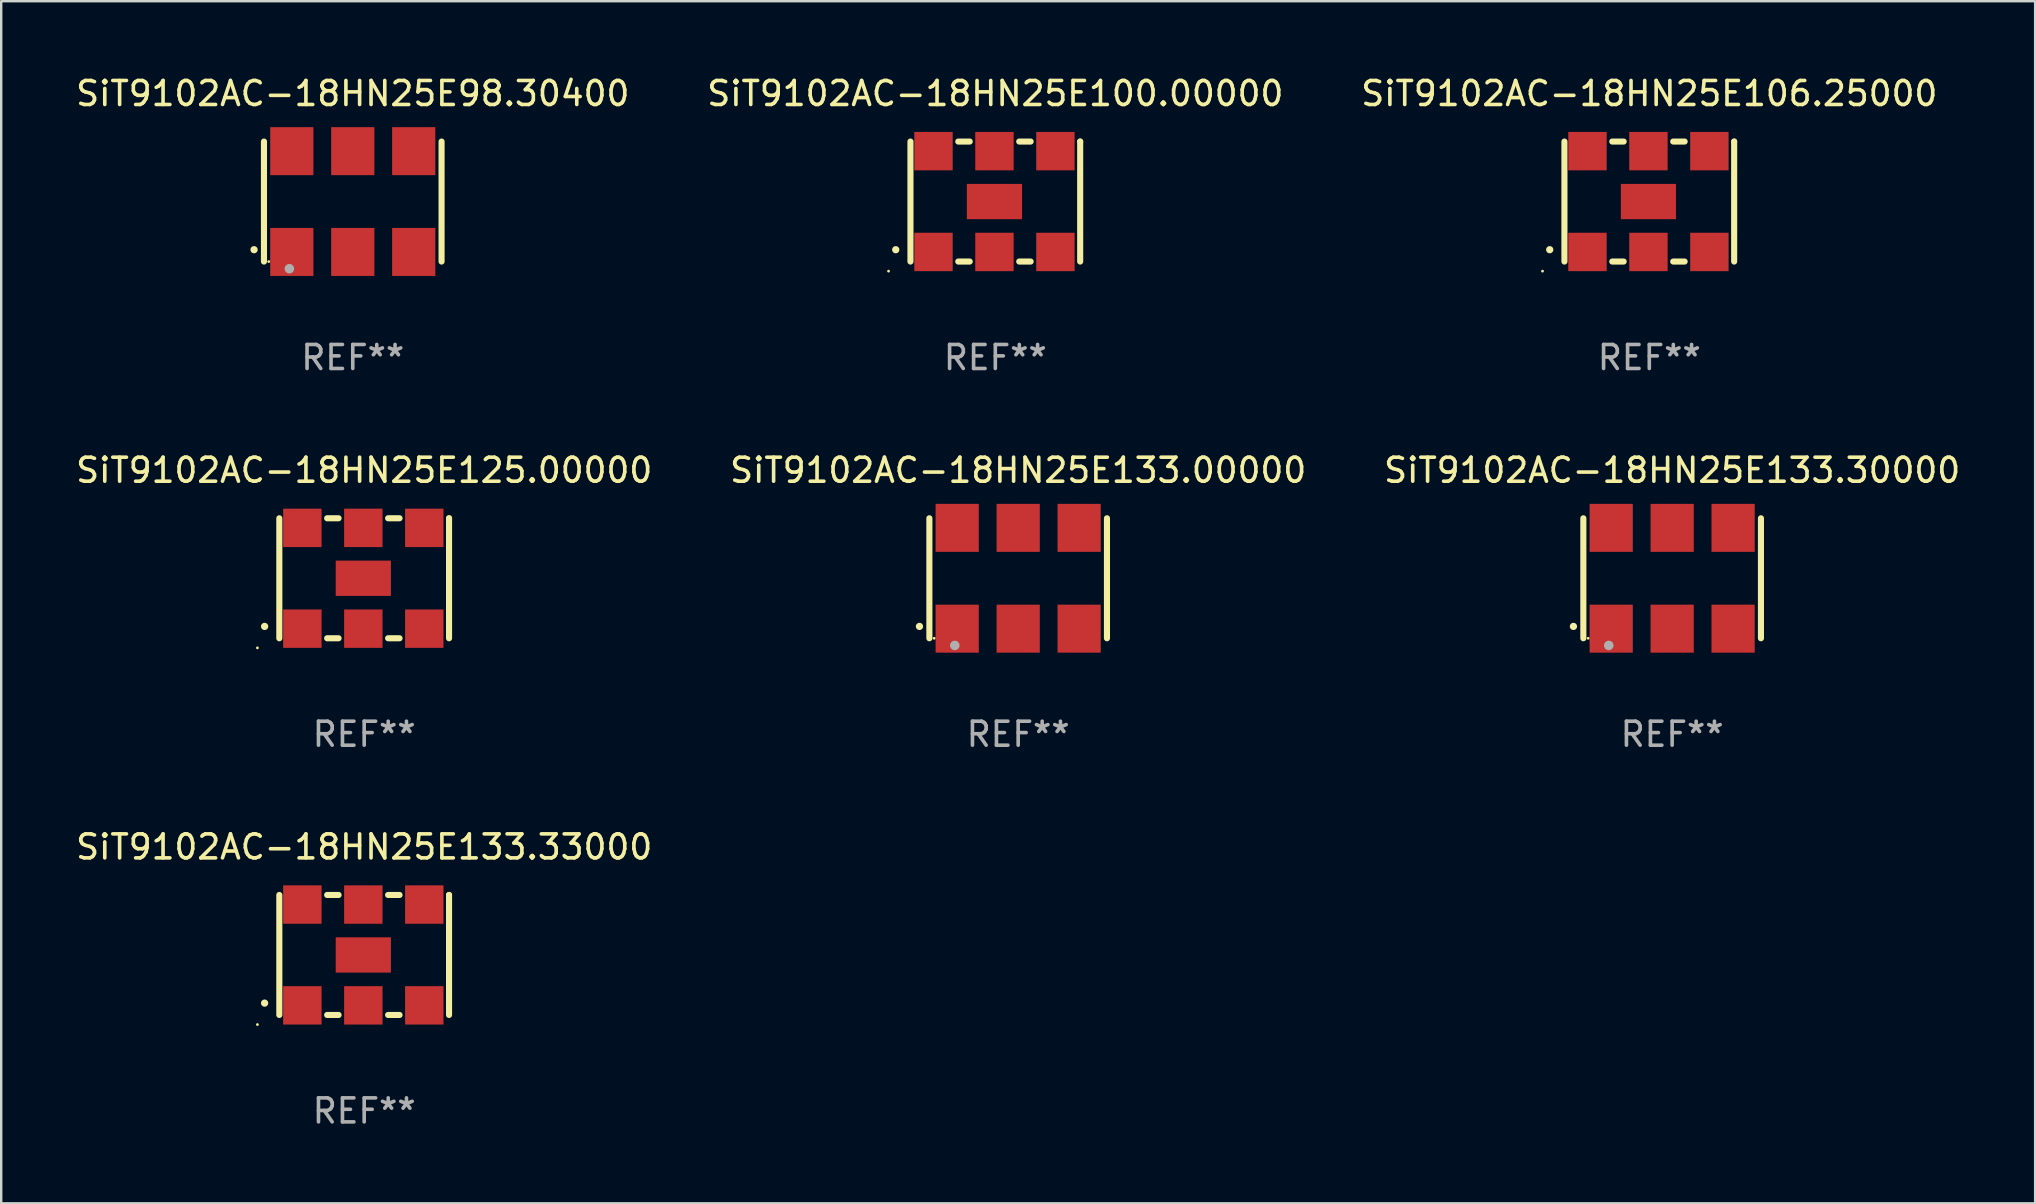
<source format=kicad_pcb>
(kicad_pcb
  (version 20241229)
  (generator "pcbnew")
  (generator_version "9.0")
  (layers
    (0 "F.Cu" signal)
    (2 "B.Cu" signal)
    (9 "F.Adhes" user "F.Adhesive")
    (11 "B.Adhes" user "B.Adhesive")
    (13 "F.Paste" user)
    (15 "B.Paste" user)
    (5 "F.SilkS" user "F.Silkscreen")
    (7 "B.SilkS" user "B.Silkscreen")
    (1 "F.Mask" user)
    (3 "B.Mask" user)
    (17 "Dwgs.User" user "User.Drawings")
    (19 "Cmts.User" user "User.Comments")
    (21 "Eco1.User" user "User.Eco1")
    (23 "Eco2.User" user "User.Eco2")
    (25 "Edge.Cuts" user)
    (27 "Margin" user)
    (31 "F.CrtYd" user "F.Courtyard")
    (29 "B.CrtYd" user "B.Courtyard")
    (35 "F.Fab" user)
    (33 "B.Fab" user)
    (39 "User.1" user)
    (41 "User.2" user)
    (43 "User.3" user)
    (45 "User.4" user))
  (footprint "SiT9102AC-18HN25E98.30400"
    (layer "F.Cu")
    (at 11.649 5.348)
    (property "Reference" "SiT9102AC-18HN25E98.30400" (at 0 -4.5 0) (layer "F.SilkS") (effects (font (size 1 1) (thickness 0.15))))
    (attr through_hole)
    (fp_line (start -3.7 -2.5) (end -3.7 2.5) (stroke (width 0.254) (type solid)) (layer "F.SilkS"))
    (fp_line (start 3.7 -2.5) (end 3.7 2.5) (stroke (width 0.254) (type solid)) (layer "F.SilkS"))
    (fp_arc (start -4.114415 2.006604) (mid -4.113145 2.006599) (end -4.111875 2.006604) (stroke (width 0.3) (type solid)) (layer "F.SilkS"))
    (fp_circle (center -3.5 2.501) (end -3.47 2.501) (stroke (width 0.06) (type solid)) (fill no) (layer "F.SilkS"))
    (fp_circle (center -2.641 2.799) (end -2.541 2.799) (stroke (width 0.2) (type solid)) (fill no) (layer "F.Fab"))
    (fp_text user "REF**" (at 0 6.5 0) (layer "F.Fab") (effects (font (size 1 1) (thickness 0.15))))
    (pad "1" smd rect (at -2.54 2.1) (size 1.8 2) (layers "F.Cu" "F.Mask" "F.Paste"))
    (pad "2" smd rect (at 0.000394 2.1) (size 1.8 2) (layers "F.Cu" "F.Mask" "F.Paste"))
    (pad "3" smd rect (at 2.54 2.1) (size 1.8 2) (layers "F.Cu" "F.Mask" "F.Paste"))
    (pad "4" smd rect (at 2.54 -2.1) (size 1.8 2) (layers "F.Cu" "F.Mask" "F.Paste"))
    (pad "5" smd rect (at 0.000394 -2.1) (size 1.8 2) (layers "F.Cu" "F.Mask" "F.Paste"))
    (pad "6" smd rect (at -2.54 -2.1) (size 1.8 2) (layers "F.Cu" "F.Mask" "F.Paste")))
  (footprint "SiT9102AC-18HN25E133.30000"
    (layer "F.Cu")
    (at 66.625 21.045)
    (property "Reference" "SiT9102AC-18HN25E133.30000" (at 0 -4.5 0) (layer "F.SilkS") (effects (font (size 1 1) (thickness 0.15))))
    (attr through_hole)
    (fp_line (start -3.7 -2.5) (end -3.7 2.5) (stroke (width 0.254) (type solid)) (layer "F.SilkS"))
    (fp_line (start 3.7 -2.5) (end 3.7 2.5) (stroke (width 0.254) (type solid)) (layer "F.SilkS"))
    (fp_arc (start -4.114415 2.006604) (mid -4.113145 2.006599) (end -4.111875 2.006604) (stroke (width 0.3) (type solid)) (layer "F.SilkS"))
    (fp_circle (center -3.5 2.501) (end -3.47 2.501) (stroke (width 0.06) (type solid)) (fill no) (layer "F.SilkS"))
    (fp_circle (center -2.641 2.799) (end -2.541 2.799) (stroke (width 0.2) (type solid)) (fill no) (layer "F.Fab"))
    (fp_text user "REF**" (at 0 6.5 0) (layer "F.Fab") (effects (font (size 1 1) (thickness 0.15))))
    (pad "1" smd rect (at -2.54 2.1) (size 1.8 2) (layers "F.Cu" "F.Mask" "F.Paste"))
    (pad "2" smd rect (at 0.000394 2.1) (size 1.8 2) (layers "F.Cu" "F.Mask" "F.Paste"))
    (pad "3" smd rect (at 2.54 2.1) (size 1.8 2) (layers "F.Cu" "F.Mask" "F.Paste"))
    (pad "4" smd rect (at 2.54 -2.1) (size 1.8 2) (layers "F.Cu" "F.Mask" "F.Paste"))
    (pad "5" smd rect (at 0.000394 -2.1) (size 1.8 2) (layers "F.Cu" "F.Mask" "F.Paste"))
    (pad "6" smd rect (at -2.54 -2.1) (size 1.8 2) (layers "F.Cu" "F.Mask" "F.Paste")))
  (footprint "SiT9102AC-18HN25E133.33000"
    (layer "F.Cu")
    (at 12.125 36.741)
    (property "Reference" "SiT9102AC-18HN25E133.33000" (at 0 -4.5 0) (layer "F.SilkS") (effects (font (size 1 1) (thickness 0.15))))
    (attr through_hole)
    (fp_line (start -3.536 -2.5) (end -3.536 2.5) (stroke (width 0.254) (type solid)) (layer "F.SilkS"))
    (fp_line (start -1.544 2.5) (end -1.067 2.5) (stroke (width 0.254) (type solid)) (layer "F.SilkS"))
    (fp_line (start -1.067 -2.5) (end -1.544 -2.5) (stroke (width 0.254) (type solid)) (layer "F.SilkS"))
    (fp_line (start 0.996 2.5) (end 1.473 2.5) (stroke (width 0.254) (type solid)) (layer "F.SilkS"))
    (fp_line (start 1.473 -2.5) (end 0.996 -2.5) (stroke (width 0.254) (type solid)) (layer "F.SilkS"))
    (fp_line (start 3.536 -2.5) (end 3.536 -2.5) (stroke (width 0.254) (type solid)) (layer "F.SilkS"))
    (fp_line (start 3.536 2.5) (end 3.536 -2.5) (stroke (width 0.254) (type solid)) (layer "F.SilkS"))
    (fp_arc (start -4.150432 2.006604) (mid -4.149162 2.006599) (end -4.147892 2.006604) (stroke (width 0.3) (type solid)) (layer "F.SilkS"))
    (fp_circle (center -4.449 2.9) (end -4.419 2.9) (stroke (width 0.06) (type solid)) (fill no) (layer "F.SilkS"))
    (fp_text user "REF**" (at 0 6.5 0) (layer "F.Fab") (effects (font (size 1 1) (thickness 0.15))))
    (pad "1" smd rect (at -2.576 2.1) (size 1.6 1.6) (layers "F.Cu" "F.Mask" "F.Paste"))
    (pad "2" smd rect (at -0.036 2.1) (size 1.6 1.6) (layers "F.Cu" "F.Mask" "F.Paste"))
    (pad "3" smd rect (at 2.504 2.1) (size 1.6 1.6) (layers "F.Cu" "F.Mask" "F.Paste"))
    (pad "4" smd rect (at 2.504 -2.1) (size 1.6 1.6) (layers "F.Cu" "F.Mask" "F.Paste"))
    (pad "5" smd rect (at -0.036 -2.1) (size 1.6 1.6) (layers "F.Cu" "F.Mask" "F.Paste"))
    (pad "6" smd rect (at -2.576 -2.1) (size 1.6 1.6) (layers "F.Cu" "F.Mask" "F.Paste"))
    (pad "7" smd rect (at -0.036 0) (size 2.3 1.47) (layers "F.Cu" "F.Mask" "F.Paste")))
  (footprint "SiT9102AC-18HN25E133.00000"
    (layer "F.Cu")
    (at 39.375 21.045)
    (property "Reference" "SiT9102AC-18HN25E133.00000" (at 0 -4.5 0) (layer "F.SilkS") (effects (font (size 1 1) (thickness 0.15))))
    (attr through_hole)
    (fp_line (start -3.7 -2.5) (end -3.7 2.5) (stroke (width 0.254) (type solid)) (layer "F.SilkS"))
    (fp_line (start 3.7 -2.5) (end 3.7 2.5) (stroke (width 0.254) (type solid)) (layer "F.SilkS"))
    (fp_arc (start -4.114415 2.006604) (mid -4.113145 2.006599) (end -4.111875 2.006604) (stroke (width 0.3) (type solid)) (layer "F.SilkS"))
    (fp_circle (center -3.5 2.501) (end -3.47 2.501) (stroke (width 0.06) (type solid)) (fill no) (layer "F.SilkS"))
    (fp_circle (center -2.641 2.799) (end -2.541 2.799) (stroke (width 0.2) (type solid)) (fill no) (layer "F.Fab"))
    (fp_text user "REF**" (at 0 6.5 0) (layer "F.Fab") (effects (font (size 1 1) (thickness 0.15))))
    (pad "1" smd rect (at -2.54 2.1) (size 1.8 2) (layers "F.Cu" "F.Mask" "F.Paste"))
    (pad "2" smd rect (at 0.000394 2.1) (size 1.8 2) (layers "F.Cu" "F.Mask" "F.Paste"))
    (pad "3" smd rect (at 2.54 2.1) (size 1.8 2) (layers "F.Cu" "F.Mask" "F.Paste"))
    (pad "4" smd rect (at 2.54 -2.1) (size 1.8 2) (layers "F.Cu" "F.Mask" "F.Paste"))
    (pad "5" smd rect (at 0.000394 -2.1) (size 1.8 2) (layers "F.Cu" "F.Mask" "F.Paste"))
    (pad "6" smd rect (at -2.54 -2.1) (size 1.8 2) (layers "F.Cu" "F.Mask" "F.Paste")))
  (footprint "SiT9102AC-18HN25E100.00000"
    (layer "F.Cu")
    (at 38.423 5.348)
    (property "Reference" "SiT9102AC-18HN25E100.00000" (at 0 -4.5 0) (layer "F.SilkS") (effects (font (size 1 1) (thickness 0.15))))
    (attr through_hole)
    (fp_line (start -3.536 -2.5) (end -3.536 2.5) (stroke (width 0.254) (type solid)) (layer "F.SilkS"))
    (fp_line (start -1.544 2.5) (end -1.067 2.5) (stroke (width 0.254) (type solid)) (layer "F.SilkS"))
    (fp_line (start -1.067 -2.5) (end -1.544 -2.5) (stroke (width 0.254) (type solid)) (layer "F.SilkS"))
    (fp_line (start 0.996 2.5) (end 1.473 2.5) (stroke (width 0.254) (type solid)) (layer "F.SilkS"))
    (fp_line (start 1.473 -2.5) (end 0.996 -2.5) (stroke (width 0.254) (type solid)) (layer "F.SilkS"))
    (fp_line (start 3.536 -2.5) (end 3.536 -2.5) (stroke (width 0.254) (type solid)) (layer "F.SilkS"))
    (fp_line (start 3.536 2.5) (end 3.536 -2.5) (stroke (width 0.254) (type solid)) (layer "F.SilkS"))
    (fp_arc (start -4.150432 2.006604) (mid -4.149162 2.006599) (end -4.147892 2.006604) (stroke (width 0.3) (type solid)) (layer "F.SilkS"))
    (fp_circle (center -4.449 2.9) (end -4.419 2.9) (stroke (width 0.06) (type solid)) (fill no) (layer "F.SilkS"))
    (fp_text user "REF**" (at 0 6.5 0) (layer "F.Fab") (effects (font (size 1 1) (thickness 0.15))))
    (pad "1" smd rect (at -2.576 2.1) (size 1.6 1.6) (layers "F.Cu" "F.Mask" "F.Paste"))
    (pad "2" smd rect (at -0.036 2.1) (size 1.6 1.6) (layers "F.Cu" "F.Mask" "F.Paste"))
    (pad "3" smd rect (at 2.504 2.1) (size 1.6 1.6) (layers "F.Cu" "F.Mask" "F.Paste"))
    (pad "4" smd rect (at 2.504 -2.1) (size 1.6 1.6) (layers "F.Cu" "F.Mask" "F.Paste"))
    (pad "5" smd rect (at -0.036 -2.1) (size 1.6 1.6) (layers "F.Cu" "F.Mask" "F.Paste"))
    (pad "6" smd rect (at -2.576 -2.1) (size 1.6 1.6) (layers "F.Cu" "F.Mask" "F.Paste"))
    (pad "7" smd rect (at -0.036 0) (size 2.3 1.47) (layers "F.Cu" "F.Mask" "F.Paste")))
  (footprint "SiT9102AC-18HN25E106.25000"
    (layer "F.Cu")
    (at 65.673 5.348)
    (property "Reference" "SiT9102AC-18HN25E106.25000" (at 0 -4.5 0) (layer "F.SilkS") (effects (font (size 1 1) (thickness 0.15))))
    (attr through_hole)
    (fp_line (start -3.536 -2.5) (end -3.536 2.5) (stroke (width 0.254) (type solid)) (layer "F.SilkS"))
    (fp_line (start -1.544 2.5) (end -1.067 2.5) (stroke (width 0.254) (type solid)) (layer "F.SilkS"))
    (fp_line (start -1.067 -2.5) (end -1.544 -2.5) (stroke (width 0.254) (type solid)) (layer "F.SilkS"))
    (fp_line (start 0.996 2.5) (end 1.473 2.5) (stroke (width 0.254) (type solid)) (layer "F.SilkS"))
    (fp_line (start 1.473 -2.5) (end 0.996 -2.5) (stroke (width 0.254) (type solid)) (layer "F.SilkS"))
    (fp_line (start 3.536 -2.5) (end 3.536 -2.5) (stroke (width 0.254) (type solid)) (layer "F.SilkS"))
    (fp_line (start 3.536 2.5) (end 3.536 -2.5) (stroke (width 0.254) (type solid)) (layer "F.SilkS"))
    (fp_arc (start -4.150432 2.006604) (mid -4.149162 2.006599) (end -4.147892 2.006604) (stroke (width 0.3) (type solid)) (layer "F.SilkS"))
    (fp_circle (center -4.449 2.9) (end -4.419 2.9) (stroke (width 0.06) (type solid)) (fill no) (layer "F.SilkS"))
    (fp_text user "REF**" (at 0 6.5 0) (layer "F.Fab") (effects (font (size 1 1) (thickness 0.15))))
    (pad "1" smd rect (at -2.576 2.1) (size 1.6 1.6) (layers "F.Cu" "F.Mask" "F.Paste"))
    (pad "2" smd rect (at -0.036 2.1) (size 1.6 1.6) (layers "F.Cu" "F.Mask" "F.Paste"))
    (pad "3" smd rect (at 2.504 2.1) (size 1.6 1.6) (layers "F.Cu" "F.Mask" "F.Paste"))
    (pad "4" smd rect (at 2.504 -2.1) (size 1.6 1.6) (layers "F.Cu" "F.Mask" "F.Paste"))
    (pad "5" smd rect (at -0.036 -2.1) (size 1.6 1.6) (layers "F.Cu" "F.Mask" "F.Paste"))
    (pad "6" smd rect (at -2.576 -2.1) (size 1.6 1.6) (layers "F.Cu" "F.Mask" "F.Paste"))
    (pad "7" smd rect (at -0.036 0) (size 2.3 1.47) (layers "F.Cu" "F.Mask" "F.Paste")))
  (footprint "SiT9102AC-18HN25E125.00000"
    (layer "F.Cu")
    (at 12.125 21.045)
    (property "Reference" "SiT9102AC-18HN25E125.00000" (at 0 -4.5 0) (layer "F.SilkS") (effects (font (size 1 1) (thickness 0.15))))
    (attr through_hole)
    (fp_line (start -3.536 -2.5) (end -3.536 2.5) (stroke (width 0.254) (type solid)) (layer "F.SilkS"))
    (fp_line (start -1.544 2.5) (end -1.067 2.5) (stroke (width 0.254) (type solid)) (layer "F.SilkS"))
    (fp_line (start -1.067 -2.5) (end -1.544 -2.5) (stroke (width 0.254) (type solid)) (layer "F.SilkS"))
    (fp_line (start 0.996 2.5) (end 1.473 2.5) (stroke (width 0.254) (type solid)) (layer "F.SilkS"))
    (fp_line (start 1.473 -2.5) (end 0.996 -2.5) (stroke (width 0.254) (type solid)) (layer "F.SilkS"))
    (fp_line (start 3.536 -2.5) (end 3.536 -2.5) (stroke (width 0.254) (type solid)) (layer "F.SilkS"))
    (fp_line (start 3.536 2.5) (end 3.536 -2.5) (stroke (width 0.254) (type solid)) (layer "F.SilkS"))
    (fp_arc (start -4.150432 2.006604) (mid -4.149162 2.006599) (end -4.147892 2.006604) (stroke (width 0.3) (type solid)) (layer "F.SilkS"))
    (fp_circle (center -4.449 2.9) (end -4.419 2.9) (stroke (width 0.06) (type solid)) (fill no) (layer "F.SilkS"))
    (fp_text user "REF**" (at 0 6.5 0) (layer "F.Fab") (effects (font (size 1 1) (thickness 0.15))))
    (pad "1" smd rect (at -2.576 2.1) (size 1.6 1.6) (layers "F.Cu" "F.Mask" "F.Paste"))
    (pad "2" smd rect (at -0.036 2.1) (size 1.6 1.6) (layers "F.Cu" "F.Mask" "F.Paste"))
    (pad "3" smd rect (at 2.504 2.1) (size 1.6 1.6) (layers "F.Cu" "F.Mask" "F.Paste"))
    (pad "4" smd rect (at 2.504 -2.1) (size 1.6 1.6) (layers "F.Cu" "F.Mask" "F.Paste"))
    (pad "5" smd rect (at -0.036 -2.1) (size 1.6 1.6) (layers "F.Cu" "F.Mask" "F.Paste"))
    (pad "6" smd rect (at -2.576 -2.1) (size 1.6 1.6) (layers "F.Cu" "F.Mask" "F.Paste"))
    (pad "7" smd rect (at -0.036 0) (size 2.3 1.47) (layers "F.Cu" "F.Mask" "F.Paste")))
  (gr_rect
    (start -3 -3)
    (end 81.75 47.09)
    (stroke (width 0.1) (type default))
    (fill no)
    (layer "Edge.Cuts")))
</source>
